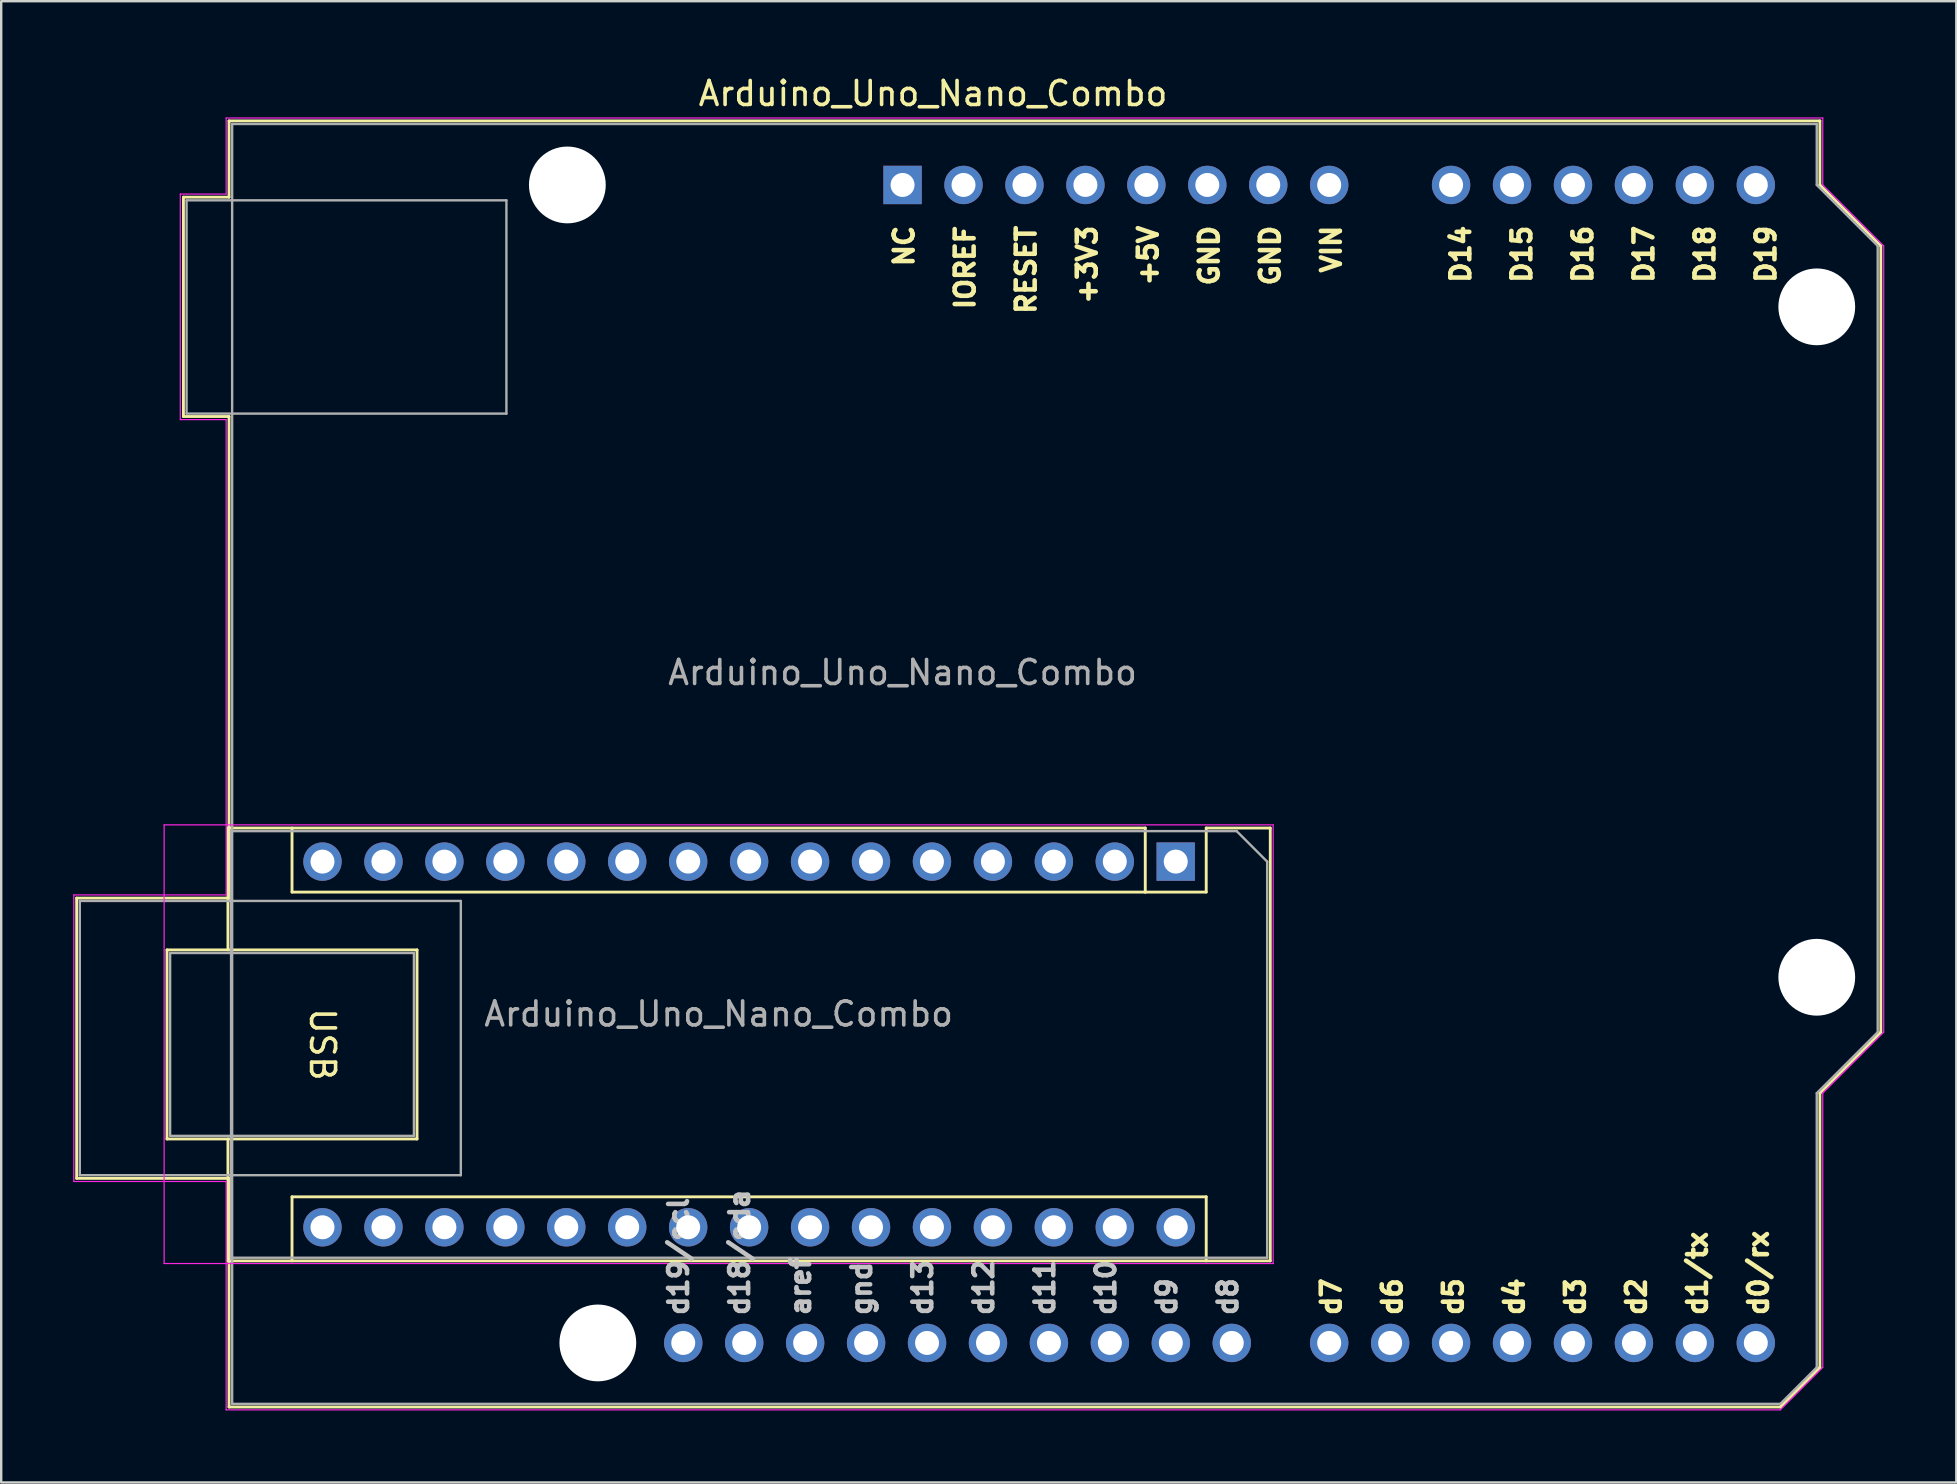
<source format=kicad_pcb>
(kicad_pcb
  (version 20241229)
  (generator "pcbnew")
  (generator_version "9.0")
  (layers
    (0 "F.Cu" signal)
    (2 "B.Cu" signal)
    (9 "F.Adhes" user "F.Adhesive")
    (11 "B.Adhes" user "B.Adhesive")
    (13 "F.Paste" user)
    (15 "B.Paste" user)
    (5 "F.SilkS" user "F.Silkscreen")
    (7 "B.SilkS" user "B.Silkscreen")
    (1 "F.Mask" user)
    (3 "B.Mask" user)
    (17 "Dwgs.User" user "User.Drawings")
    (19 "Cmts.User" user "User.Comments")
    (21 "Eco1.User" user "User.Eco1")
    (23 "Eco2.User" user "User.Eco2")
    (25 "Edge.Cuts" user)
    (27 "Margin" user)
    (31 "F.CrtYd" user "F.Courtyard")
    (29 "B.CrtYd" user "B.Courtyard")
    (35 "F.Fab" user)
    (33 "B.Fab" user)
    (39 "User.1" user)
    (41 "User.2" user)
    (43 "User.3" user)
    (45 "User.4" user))
  (footprint "Arduino_Uno_Nano_Combo"
    (layer "F.Cu")
    (at 34.565 4.658)
    (property "Reference" "Arduino_Uno_Nano_Combo" (at 1.27 -3.81 180) (layer "F.SilkS") (effects (font (size 1 1) (thickness 0.15))))
    (attr through_hole)
    (fp_line (start -34.42 29.72) (end -34.42 41.4) (stroke (width 0.12) (type solid)) (layer "F.SilkS"))
    (fp_line (start -34.42 41.4) (end -28.07 41.4) (stroke (width 0.12) (type solid)) (layer "F.SilkS"))
    (fp_line (start -30.655 31.88) (end -20.235 31.88) (stroke (width 0.12) (type solid)) (layer "F.SilkS"))
    (fp_line (start -30.655 39.76) (end -30.655 31.88) (stroke (width 0.12) (type solid)) (layer "F.SilkS"))
    (fp_line (start -29.97 0.51) (end -29.97 9.65) (stroke (width 0.12) (type solid)) (layer "F.SilkS"))
    (fp_line (start -29.97 9.65) (end -28.07 9.65) (stroke (width 0.12) (type solid)) (layer "F.SilkS"))
    (fp_line (start -28.115 26.8) (end -28.115 31.88) (stroke (width 0.12) (type solid)) (layer "F.SilkS"))
    (fp_line (start -28.115 44.84) (end -28.115 39.76) (stroke (width 0.12) (type solid)) (layer "F.SilkS"))
    (fp_line (start -28.115 44.84) (end 15.325 44.84) (stroke (width 0.12) (type solid)) (layer "F.SilkS"))
    (fp_line (start -28.07 -2.67) (end -28.07 0.51) (stroke (width 0.12) (type solid)) (layer "F.SilkS"))
    (fp_line (start -28.07 0.51) (end -29.97 0.51) (stroke (width 0.12) (type solid)) (layer "F.SilkS"))
    (fp_line (start -28.07 9.65) (end -28.07 29.72) (stroke (width 0.12) (type solid)) (layer "F.SilkS"))
    (fp_line (start -28.07 29.72) (end -34.42 29.72) (stroke (width 0.12) (type solid)) (layer "F.SilkS"))
    (fp_line (start -28.07 41.4) (end -28.07 50.93) (stroke (width 0.12) (type solid)) (layer "F.SilkS"))
    (fp_line (start -28.07 50.93) (end 36.58 50.93) (stroke (width 0.12) (type solid)) (layer "F.SilkS"))
    (fp_line (start -25.445 29.47) (end -25.445 26.8) (stroke (width 0.12) (type solid)) (layer "F.SilkS"))
    (fp_line (start -25.445 42.17) (end -25.445 44.84) (stroke (width 0.12) (type solid)) (layer "F.SilkS"))
    (fp_line (start -20.235 31.88) (end -20.235 39.76) (stroke (width 0.12) (type solid)) (layer "F.SilkS"))
    (fp_line (start -20.235 39.76) (end -30.655 39.76) (stroke (width 0.12) (type solid)) (layer "F.SilkS"))
    (fp_line (start 10.115 26.8) (end -28.115 26.8) (stroke (width 0.12) (type solid)) (layer "F.SilkS"))
    (fp_line (start 10.115 29.47) (end -25.445 29.47) (stroke (width 0.12) (type solid)) (layer "F.SilkS"))
    (fp_line (start 10.115 29.47) (end 10.115 26.8) (stroke (width 0.12) (type solid)) (layer "F.SilkS"))
    (fp_line (start 10.115 29.47) (end 12.655 29.47) (stroke (width 0.12) (type solid)) (layer "F.SilkS"))
    (fp_line (start 12.655 29.47) (end 12.655 26.8) (stroke (width 0.12) (type solid)) (layer "F.SilkS"))
    (fp_line (start 12.655 42.17) (end -25.445 42.17) (stroke (width 0.12) (type solid)) (layer "F.SilkS"))
    (fp_line (start 12.655 42.17) (end 12.655 44.84) (stroke (width 0.12) (type solid)) (layer "F.SilkS"))
    (fp_line (start 15.325 26.8) (end 12.655 26.8) (stroke (width 0.12) (type solid)) (layer "F.SilkS"))
    (fp_line (start 15.325 44.84) (end 15.325 26.8) (stroke (width 0.12) (type solid)) (layer "F.SilkS"))
    (fp_line (start 36.58 50.93) (end 38.23 49.28) (stroke (width 0.12) (type solid)) (layer "F.SilkS"))
    (fp_line (start 38.23 -2.67) (end -28.07 -2.67) (stroke (width 0.12) (type solid)) (layer "F.SilkS"))
    (fp_line (start 38.23 0) (end 38.23 -2.67) (stroke (width 0.12) (type solid)) (layer "F.SilkS"))
    (fp_line (start 38.23 37.85) (end 40.77 35.31) (stroke (width 0.12) (type solid)) (layer "F.SilkS"))
    (fp_line (start 38.23 49.28) (end 38.23 37.85) (stroke (width 0.12) (type solid)) (layer "F.SilkS"))
    (fp_line (start 40.77 2.54) (end 38.23 0) (stroke (width 0.12) (type solid)) (layer "F.SilkS"))
    (fp_line (start 40.77 35.31) (end 40.77 2.54) (stroke (width 0.12) (type solid)) (layer "F.SilkS"))
    (fp_line (start -34.54 29.59) (end -28.19 29.59) (stroke (width 0.05) (type solid)) (layer "F.CrtYd"))
    (fp_line (start -34.54 41.53) (end -34.54 29.59) (stroke (width 0.05) (type solid)) (layer "F.CrtYd"))
    (fp_line (start -30.775 44.95) (end -30.775 26.67) (stroke (width 0.05) (type solid)) (layer "F.CrtYd"))
    (fp_line (start -30.775 44.95) (end 15.445 44.95) (stroke (width 0.05) (type solid)) (layer "F.CrtYd"))
    (fp_line (start -30.1 0.38) (end -28.19 0.38) (stroke (width 0.05) (type solid)) (layer "F.CrtYd"))
    (fp_line (start -30.1 9.78) (end -30.1 0.38) (stroke (width 0.05) (type solid)) (layer "F.CrtYd"))
    (fp_line (start -28.19 -2.79) (end 38.35 -2.79) (stroke (width 0.05) (type solid)) (layer "F.CrtYd"))
    (fp_line (start -28.19 0.38) (end -28.19 -2.79) (stroke (width 0.05) (type solid)) (layer "F.CrtYd"))
    (fp_line (start -28.19 9.78) (end -30.1 9.78) (stroke (width 0.05) (type solid)) (layer "F.CrtYd"))
    (fp_line (start -28.19 29.59) (end -28.19 9.78) (stroke (width 0.05) (type solid)) (layer "F.CrtYd"))
    (fp_line (start -28.19 41.53) (end -34.54 41.53) (stroke (width 0.05) (type solid)) (layer "F.CrtYd"))
    (fp_line (start -28.19 51.05) (end -28.19 41.53) (stroke (width 0.05) (type solid)) (layer "F.CrtYd"))
    (fp_line (start 15.445 26.67) (end -30.775 26.67) (stroke (width 0.05) (type solid)) (layer "F.CrtYd"))
    (fp_line (start 15.445 26.67) (end 15.445 44.95) (stroke (width 0.05) (type solid)) (layer "F.CrtYd"))
    (fp_line (start 36.58 51.05) (end -28.19 51.05) (stroke (width 0.05) (type solid)) (layer "F.CrtYd"))
    (fp_line (start 38.35 -2.79) (end 38.35 0) (stroke (width 0.05) (type solid)) (layer "F.CrtYd"))
    (fp_line (start 38.35 0) (end 40.89 2.54) (stroke (width 0.05) (type solid)) (layer "F.CrtYd"))
    (fp_line (start 38.35 37.85) (end 38.35 49.28) (stroke (width 0.05) (type solid)) (layer "F.CrtYd"))
    (fp_line (start 38.35 49.28) (end 36.58 51.05) (stroke (width 0.05) (type solid)) (layer "F.CrtYd"))
    (fp_line (start 40.89 2.54) (end 40.89 35.31) (stroke (width 0.05) (type solid)) (layer "F.CrtYd"))
    (fp_line (start 40.89 35.31) (end 38.35 37.85) (stroke (width 0.05) (type solid)) (layer "F.CrtYd"))
    (fp_line (start -34.29 29.84) (end -18.41 29.84) (stroke (width 0.1) (type solid)) (layer "F.Fab"))
    (fp_line (start -34.29 41.27) (end -34.29 29.84) (stroke (width 0.1) (type solid)) (layer "F.Fab"))
    (fp_line (start -30.525 32.01) (end -20.365 32.01) (stroke (width 0.1) (type solid)) (layer "F.Fab"))
    (fp_line (start -30.525 39.63) (end -30.525 32.01) (stroke (width 0.1) (type solid)) (layer "F.Fab"))
    (fp_line (start -29.84 0.64) (end -16.51 0.64) (stroke (width 0.1) (type solid)) (layer "F.Fab"))
    (fp_line (start -29.84 9.53) (end -29.84 0.64) (stroke (width 0.1) (type solid)) (layer "F.Fab"))
    (fp_line (start -27.985 26.93) (end 13.925 26.93) (stroke (width 0.1) (type solid)) (layer "F.Fab"))
    (fp_line (start -27.985 44.71) (end -27.985 26.93) (stroke (width 0.1) (type solid)) (layer "F.Fab"))
    (fp_line (start -27.94 -2.54) (end 38.1 -2.54) (stroke (width 0.1) (type solid)) (layer "F.Fab"))
    (fp_line (start -27.94 50.8) (end -27.94 -2.54) (stroke (width 0.1) (type solid)) (layer "F.Fab"))
    (fp_line (start -20.365 32.01) (end -20.365 39.63) (stroke (width 0.1) (type solid)) (layer "F.Fab"))
    (fp_line (start -20.365 39.63) (end -30.525 39.63) (stroke (width 0.1) (type solid)) (layer "F.Fab"))
    (fp_line (start -18.41 29.84) (end -18.41 41.27) (stroke (width 0.1) (type solid)) (layer "F.Fab"))
    (fp_line (start -18.41 41.27) (end -34.29 41.27) (stroke (width 0.1) (type solid)) (layer "F.Fab"))
    (fp_line (start -16.51 0.64) (end -16.51 9.53) (stroke (width 0.1) (type solid)) (layer "F.Fab"))
    (fp_line (start -16.51 9.53) (end -29.84 9.53) (stroke (width 0.1) (type solid)) (layer "F.Fab"))
    (fp_line (start 13.925 26.93) (end 15.195 28.2) (stroke (width 0.1) (type solid)) (layer "F.Fab"))
    (fp_line (start 15.195 28.2) (end 15.195 44.71) (stroke (width 0.1) (type solid)) (layer "F.Fab"))
    (fp_line (start 15.195 44.71) (end -27.985 44.71) (stroke (width 0.1) (type solid)) (layer "F.Fab"))
    (fp_line (start 36.58 50.8) (end -27.94 50.8) (stroke (width 0.1) (type solid)) (layer "F.Fab"))
    (fp_line (start 38.1 -2.54) (end 38.1 0) (stroke (width 0.1) (type solid)) (layer "F.Fab"))
    (fp_line (start 38.1 0) (end 40.64 2.54) (stroke (width 0.1) (type solid)) (layer "F.Fab"))
    (fp_line (start 38.1 37.85) (end 38.1 49.28) (stroke (width 0.1) (type solid)) (layer "F.Fab"))
    (fp_line (start 38.1 49.28) (end 36.58 50.8) (stroke (width 0.1) (type solid)) (layer "F.Fab"))
    (fp_line (start 40.64 2.54) (end 40.64 35.31) (stroke (width 0.1) (type solid)) (layer "F.Fab"))
    (fp_line (start 40.64 35.31) (end 38.1 37.85) (stroke (width 0.1) (type solid)) (layer "F.Fab"))
    (fp_text user "USB" (at -24.175 35.82 270) (unlocked yes) (layer "F.SilkS") (effects (font (size 1 1) (thickness 0.15))))
    (fp_text user "NC\n\nIOREF\n\nRESET\n\n+3V3\n\n+5V\n\nGND\n\nGND\n\nVIN" (at -0.4 1.6 90) (unlocked yes) (layer "F.SilkS") (effects (font (size 0.79 0.8) (thickness 0.19) (bold yes)) (justify right top)))
    (fp_text user "d7\n\nd6\n\nd5\n\nd4\n\nd3\n\nd2\n\nd1/tx\n\nd0/rx" (at 17.4 47.2 90) (unlocked yes) (layer "F.SilkS") (effects (font (size 0.79 0.8) (thickness 0.19) (bold yes)) (justify left top)))
    (fp_text user "D14\n\nD15\n\nD16\n\nD17\n\nD18\n\nD19" (at 22.8 1.6 90) (unlocked yes) (layer "F.SilkS") (effects (font (size 0.79 0.8) (thickness 0.19) (bold yes)) (justify right top)))
    (fp_text user "d19/scl\n\nd18/sda\n\naref\n\ngnd\n\nd13\n\nd12\n\nd11\n\nd10\n\nd9\n\nd8" (at -9.8 47.2 90) (unlocked yes) (layer "Dwgs.User") (effects (font (size 0.79 0.8) (thickness 0.19) (bold yes)) (justify left top)))
    (fp_text user "${REFERENCE}" (at 0 20.32 180) (layer "F.Fab") (effects (font (size 1 1) (thickness 0.15))))
    (fp_text user "${REFERENCE}" (at -7.665 34.55 0) (layer "F.Fab") (effects (font (size 1 1) (thickness 0.15))))
    (pad "" np_thru_hole circle (at -13.97 0 90) (size 3.2 3.2) (drill 3.2) (layers "*.Cu" "*.Mask"))
    (pad "" np_thru_hole circle (at -12.7 48.26 90) (size 3.2 3.2) (drill 3.2) (layers "*.Cu" "*.Mask"))
    (pad "" thru_hole oval (at -1.315 43.44 270) (size 1.6 1.6) (drill 1) (layers "*.Cu" "*.Mask"))
    (pad "" thru_hole oval (at 1.225 43.44 270) (size 1.6 1.6) (drill 1) (layers "*.Cu" "*.Mask"))
    (pad "" np_thru_hole circle (at 38.1 5.08 90) (size 3.2 3.2) (drill 3.2) (layers "*.Cu" "*.Mask"))
    (pad "" np_thru_hole circle (at 38.1 33.02 90) (size 3.2 3.2) (drill 3.2) (layers "*.Cu" "*.Mask"))
    (pad "1" thru_hole rect (at 0 0 90) (size 1.6 1.6) (drill 1) (layers "*.Cu" "*.Mask"))
    (pad "2" thru_hole oval (at -19.095 43.44 270) (size 1.6 1.6) (drill 1) (layers "*.Cu" "*.Mask"))
    (pad "2" thru_hole oval (at 2.54 0 90) (size 1.6 1.6) (drill 1) (layers "*.Cu" "*.Mask"))
    (pad "3" thru_hole oval (at 5.08 0 90) (size 1.6 1.6) (drill 1) (layers "*.Cu" "*.Mask"))
    (pad "3" thru_hole oval (at 6.305 28.2 270) (size 1.6 1.6) (drill 1) (layers "*.Cu" "*.Mask"))
    (pad "3" thru_hole oval (at 6.305 43.44 270) (size 1.6 1.6) (drill 1) (layers "*.Cu" "*.Mask"))
    (pad "4" thru_hole oval (at -21.635 43.44 270) (size 1.6 1.6) (drill 1) (layers "*.Cu" "*.Mask"))
    (pad "4" thru_hole oval (at 7.62 0 90) (size 1.6 1.6) (drill 1) (layers "*.Cu" "*.Mask"))
    (pad "5" thru_hole oval (at 3.765 43.44 270) (size 1.6 1.6) (drill 1) (layers "*.Cu" "*.Mask"))
    (pad "5" thru_hole oval (at 10.16 0 90) (size 1.6 1.6) (drill 1) (layers "*.Cu" "*.Mask"))
    (pad "6" thru_hole oval (at 12.7 0 90) (size 1.6 1.6) (drill 1) (layers "*.Cu" "*.Mask"))
    (pad "7" thru_hole oval (at 3.765 28.2 270) (size 1.6 1.6) (drill 1) (layers "*.Cu" "*.Mask"))
    (pad "7" thru_hole oval (at 8.845 43.44 270) (size 1.6 1.6) (drill 1) (layers "*.Cu" "*.Mask"))
    (pad "7" thru_hole oval (at 15.24 0 90) (size 1.6 1.6) (drill 1) (layers "*.Cu" "*.Mask"))
    (pad "8" thru_hole oval (at 11.385 43.44 270) (size 1.6 1.6) (drill 1) (layers "*.Cu" "*.Mask"))
    (pad "8" thru_hole oval (at 17.78 0 90) (size 1.6 1.6) (drill 1) (layers "*.Cu" "*.Mask"))
    (pad "9" thru_hole oval (at 22.86 0 90) (size 1.6 1.6) (drill 1) (layers "*.Cu" "*.Mask"))
    (pad "10" thru_hole oval (at 25.4 0 90) (size 1.6 1.6) (drill 1) (layers "*.Cu" "*.Mask"))
    (pad "11" thru_hole oval (at 27.94 0 90) (size 1.6 1.6) (drill 1) (layers "*.Cu" "*.Mask"))
    (pad "12" thru_hole oval (at -8.935 43.44 270) (size 1.6 1.6) (drill 1) (layers "*.Cu" "*.Mask"))
    (pad "12" thru_hole oval (at 30.48 0 90) (size 1.6 1.6) (drill 1) (layers "*.Cu" "*.Mask"))
    (pad "13" thru_hole oval (at -14.015 43.44 270) (size 1.6 1.6) (drill 1) (layers "*.Cu" "*.Mask"))
    (pad "13" thru_hole oval (at 33.02 0 90) (size 1.6 1.6) (drill 1) (layers "*.Cu" "*.Mask"))
    (pad "14" thru_hole oval (at -16.555 43.44 270) (size 1.6 1.6) (drill 1) (layers "*.Cu" "*.Mask"))
    (pad "14" thru_hole oval (at 35.56 0 90) (size 1.6 1.6) (drill 1) (layers "*.Cu" "*.Mask"))
    (pad "15" thru_hole rect (at 11.385 28.2 270) (size 1.6 1.6) (drill 1) (layers "*.Cu" "*.Mask"))
    (pad "15" thru_hole oval (at 35.56 48.26 90) (size 1.6 1.6) (drill 1) (layers "*.Cu" "*.Mask"))
    (pad "16" thru_hole oval (at 8.845 28.2 270) (size 1.6 1.6) (drill 1) (layers "*.Cu" "*.Mask"))
    (pad "16" thru_hole oval (at 33.02 48.26 90) (size 1.6 1.6) (drill 1) (layers "*.Cu" "*.Mask"))
    (pad "17" thru_hole oval (at 1.225 28.2 270) (size 1.6 1.6) (drill 1) (layers "*.Cu" "*.Mask"))
    (pad "17" thru_hole oval (at 30.48 48.26 90) (size 1.6 1.6) (drill 1) (layers "*.Cu" "*.Mask"))
    (pad "18" thru_hole oval (at -1.315 28.2 270) (size 1.6 1.6) (drill 1) (layers "*.Cu" "*.Mask"))
    (pad "18" thru_hole oval (at 27.94 48.26 90) (size 1.6 1.6) (drill 1) (layers "*.Cu" "*.Mask"))
    (pad "19" thru_hole oval (at -3.855 28.2 270) (size 1.6 1.6) (drill 1) (layers "*.Cu" "*.Mask"))
    (pad "19" thru_hole oval (at 25.4 48.26 90) (size 1.6 1.6) (drill 1) (layers "*.Cu" "*.Mask"))
    (pad "20" thru_hole oval (at -6.395 28.2 270) (size 1.6 1.6) (drill 1) (layers "*.Cu" "*.Mask"))
    (pad "20" thru_hole oval (at 22.86 48.26 90) (size 1.6 1.6) (drill 1) (layers "*.Cu" "*.Mask"))
    (pad "21" thru_hole oval (at -11.475 43.44 270) (size 1.6 1.6) (drill 1) (layers "*.Cu" "*.Mask"))
    (pad "21" thru_hole oval (at -8.935 28.2 270) (size 1.6 1.6) (drill 1) (layers "*.Cu" "*.Mask"))
    (pad "21" thru_hole oval (at 20.32 48.26 90) (size 1.6 1.6) (drill 1) (layers "*.Cu" "*.Mask"))
    (pad "22" thru_hole oval (at -11.475 28.2 270) (size 1.6 1.6) (drill 1) (layers "*.Cu" "*.Mask"))
    (pad "22" thru_hole oval (at 17.78 48.26 90) (size 1.6 1.6) (drill 1) (layers "*.Cu" "*.Mask"))
    (pad "23" thru_hole oval (at -14.015 28.2 270) (size 1.6 1.6) (drill 1) (layers "*.Cu" "*.Mask"))
    (pad "23" thru_hole oval (at 13.72 48.26 90) (size 1.6 1.6) (drill 1) (layers "*.Cu" "*.Mask"))
    (pad "24" thru_hole oval (at -16.555 28.2 270) (size 1.6 1.6) (drill 1) (layers "*.Cu" "*.Mask"))
    (pad "24" thru_hole oval (at 11.18 48.26 90) (size 1.6 1.6) (drill 1) (layers "*.Cu" "*.Mask"))
    (pad "25" thru_hole oval (at -19.095 28.2 270) (size 1.6 1.6) (drill 1) (layers "*.Cu" "*.Mask"))
    (pad "25" thru_hole oval (at 8.64 48.26 90) (size 1.6 1.6) (drill 1) (layers "*.Cu" "*.Mask"))
    (pad "26" thru_hole oval (at -21.635 28.2 270) (size 1.6 1.6) (drill 1) (layers "*.Cu" "*.Mask"))
    (pad "26" thru_hole oval (at 6.1 48.26 90) (size 1.6 1.6) (drill 1) (layers "*.Cu" "*.Mask"))
    (pad "27" thru_hole oval (at -24.175 28.2 270) (size 1.6 1.6) (drill 1) (layers "*.Cu" "*.Mask"))
    (pad "27" thru_hole oval (at 3.56 48.26 90) (size 1.6 1.6) (drill 1) (layers "*.Cu" "*.Mask"))
    (pad "28" thru_hole oval (at -24.175 43.44 270) (size 1.6 1.6) (drill 1) (layers "*.Cu" "*.Mask"))
    (pad "28" thru_hole oval (at 1.02 48.26 90) (size 1.6 1.6) (drill 1) (layers "*.Cu" "*.Mask"))
    (pad "29" thru_hole oval (at -1.52 48.26 90) (size 1.6 1.6) (drill 1) (layers "*.Cu" "*.Mask"))
    (pad "30" thru_hole oval (at -4.06 48.26 90) (size 1.6 1.6) (drill 1) (layers "*.Cu" "*.Mask"))
    (pad "31" thru_hole oval (at -6.6 48.26 90) (size 1.6 1.6) (drill 1) (layers "*.Cu" "*.Mask"))
    (pad "31" thru_hole oval (at -6.395 43.44 270) (size 1.6 1.6) (drill 1) (layers "*.Cu" "*.Mask"))
    (pad "32" thru_hole oval (at -9.14 48.26 90) (size 1.6 1.6) (drill 1) (layers "*.Cu" "*.Mask"))
    (pad "32" thru_hole oval (at -3.855 43.44 270) (size 1.6 1.6) (drill 1) (layers "*.Cu" "*.Mask")))
  (gr_rect
    (start -3 -3)
    (end 78.48 58.733)
    (stroke (width 0.1) (type default))
    (fill no)
    (layer "Edge.Cuts")))
</source>
